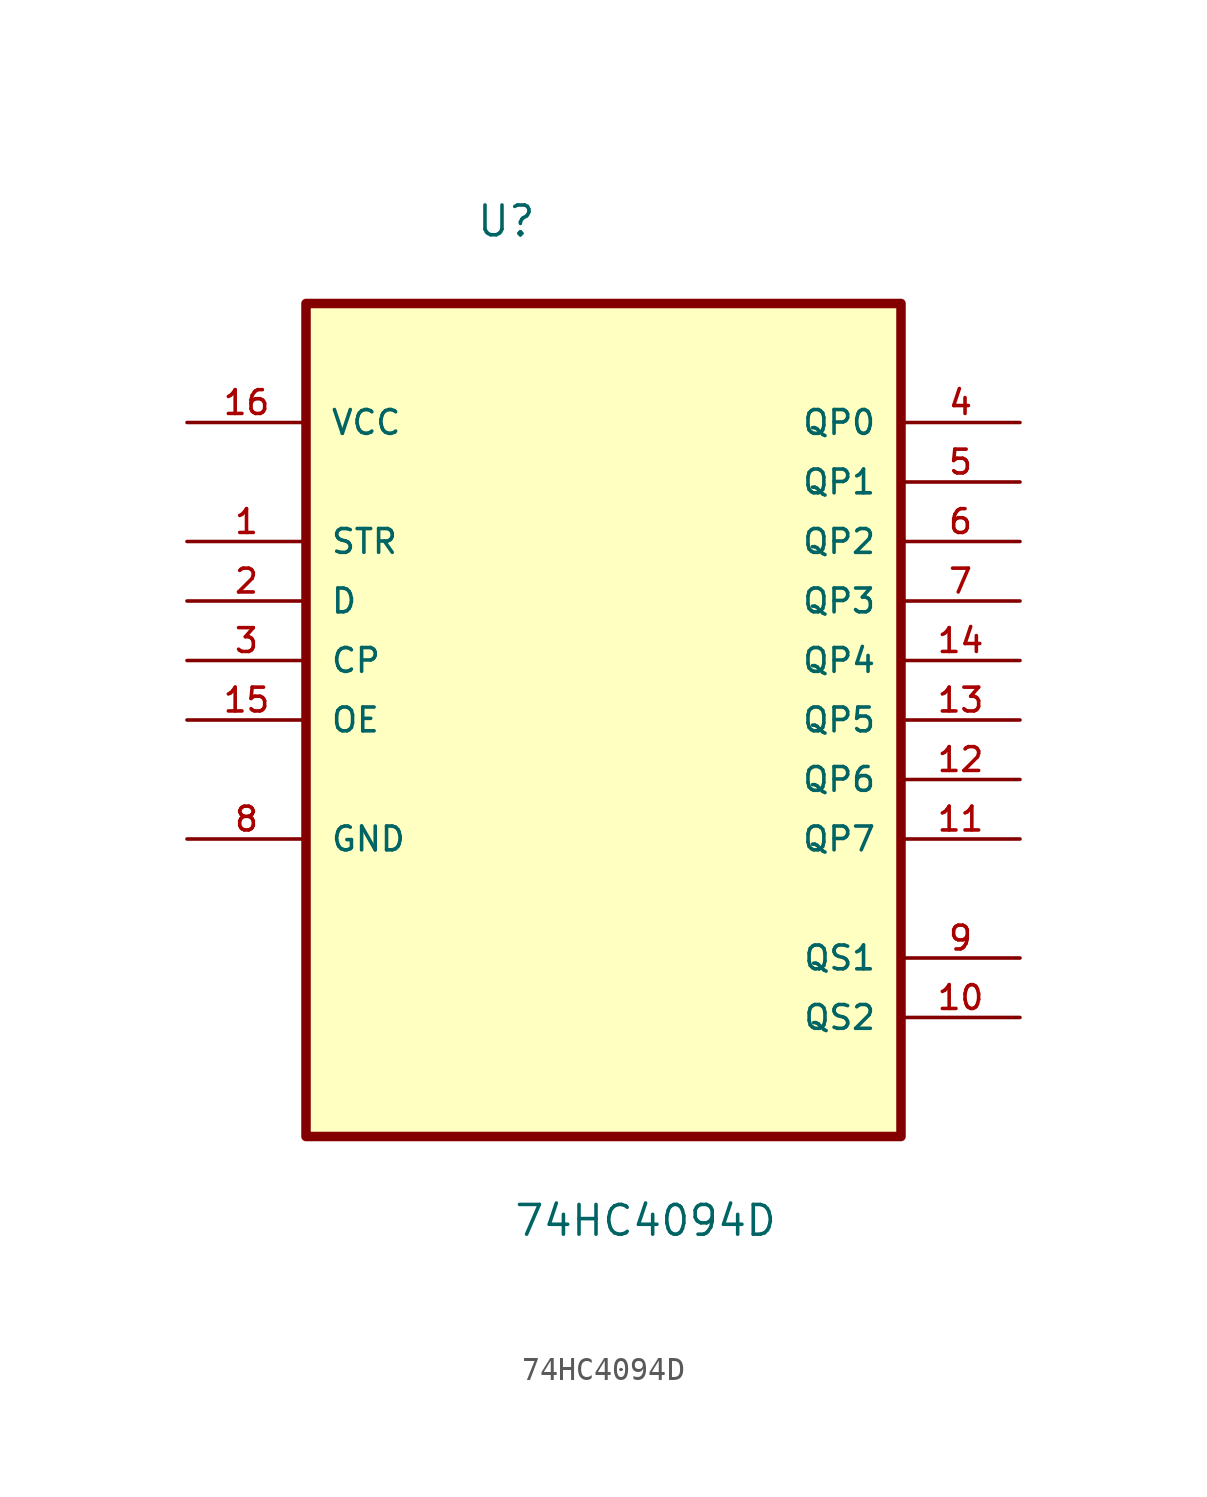
<source format=kicad_sym>
(kicad_symbol_lib
  (version 20211014)
  (generator kicad_symbol_editor)
  (symbol "74HC4094D"
    (pin_names
      (offset 1.016))
    (property "Reference" "U"
      (at -5.462 18.012 0.0)
      (effects (font (size 1.27 1.27)) (justify bottom left)))
    (property "Value" "74HC4094D"
      (at -3.867 -24.654 0.0)
      (effects (font (size 1.27 1.27)) (justify bottom left)))
    (symbol "74HC4094D_0_0"
      (rectangle (start -12.7 -20.32) (end 12.7 15.24) (stroke (width 0.406)) (fill (type background)))
      (pin power_in line (at -17.78 10.16 0) (length 5.08) (name "VCC" (effects (font (size 1.016 1.016)))) (number "16" (effects (font (size 1.016 1.016)))))
      (pin input line (at -17.78 5.08 0) (length 5.08) (name "STR" (effects (font (size 1.016 1.016)))) (number "1" (effects (font (size 1.016 1.016)))))
      (pin input line (at -17.78 2.54 0) (length 5.08) (name "D" (effects (font (size 1.016 1.016)))) (number "2" (effects (font (size 1.016 1.016)))))
      (pin input line (at -17.78 0.0 0) (length 5.08) (name "CP" (effects (font (size 1.016 1.016)))) (number "3" (effects (font (size 1.016 1.016)))))
      (pin input line (at -17.78 -2.54 0) (length 5.08) (name "OE" (effects (font (size 1.016 1.016)))) (number "15" (effects (font (size 1.016 1.016)))))
      (pin passive line (at -17.78 -7.62 0) (length 5.08) (name "GND" (effects (font (size 1.016 1.016)))) (number "8" (effects (font (size 1.016 1.016)))))
      (pin output line (at 17.78 10.16 180.0) (length 5.08) (name "QP0" (effects (font (size 1.016 1.016)))) (number "4" (effects (font (size 1.016 1.016)))))
      (pin output line (at 17.78 7.62 180.0) (length 5.08) (name "QP1" (effects (font (size 1.016 1.016)))) (number "5" (effects (font (size 1.016 1.016)))))
      (pin output line (at 17.78 5.08 180.0) (length 5.08) (name "QP2" (effects (font (size 1.016 1.016)))) (number "6" (effects (font (size 1.016 1.016)))))
      (pin output line (at 17.78 2.54 180.0) (length 5.08) (name "QP3" (effects (font (size 1.016 1.016)))) (number "7" (effects (font (size 1.016 1.016)))))
      (pin output line (at 17.78 0.0 180.0) (length 5.08) (name "QP4" (effects (font (size 1.016 1.016)))) (number "14" (effects (font (size 1.016 1.016)))))
      (pin output line (at 17.78 -2.54 180.0) (length 5.08) (name "QP5" (effects (font (size 1.016 1.016)))) (number "13" (effects (font (size 1.016 1.016)))))
      (pin output line (at 17.78 -5.08 180.0) (length 5.08) (name "QP6" (effects (font (size 1.016 1.016)))) (number "12" (effects (font (size 1.016 1.016)))))
      (pin output line (at 17.78 -7.62 180.0) (length 5.08) (name "QP7" (effects (font (size 1.016 1.016)))) (number "11" (effects (font (size 1.016 1.016)))))
      (pin output line (at 17.78 -12.7 180.0) (length 5.08) (name "QS1" (effects (font (size 1.016 1.016)))) (number "9" (effects (font (size 1.016 1.016)))))
      (pin output line (at 17.78 -15.24 180.0) (length 5.08) (name "QS2" (effects (font (size 1.016 1.016)))) (number "10" (effects (font (size 1.016 1.016))))))))
</source>
